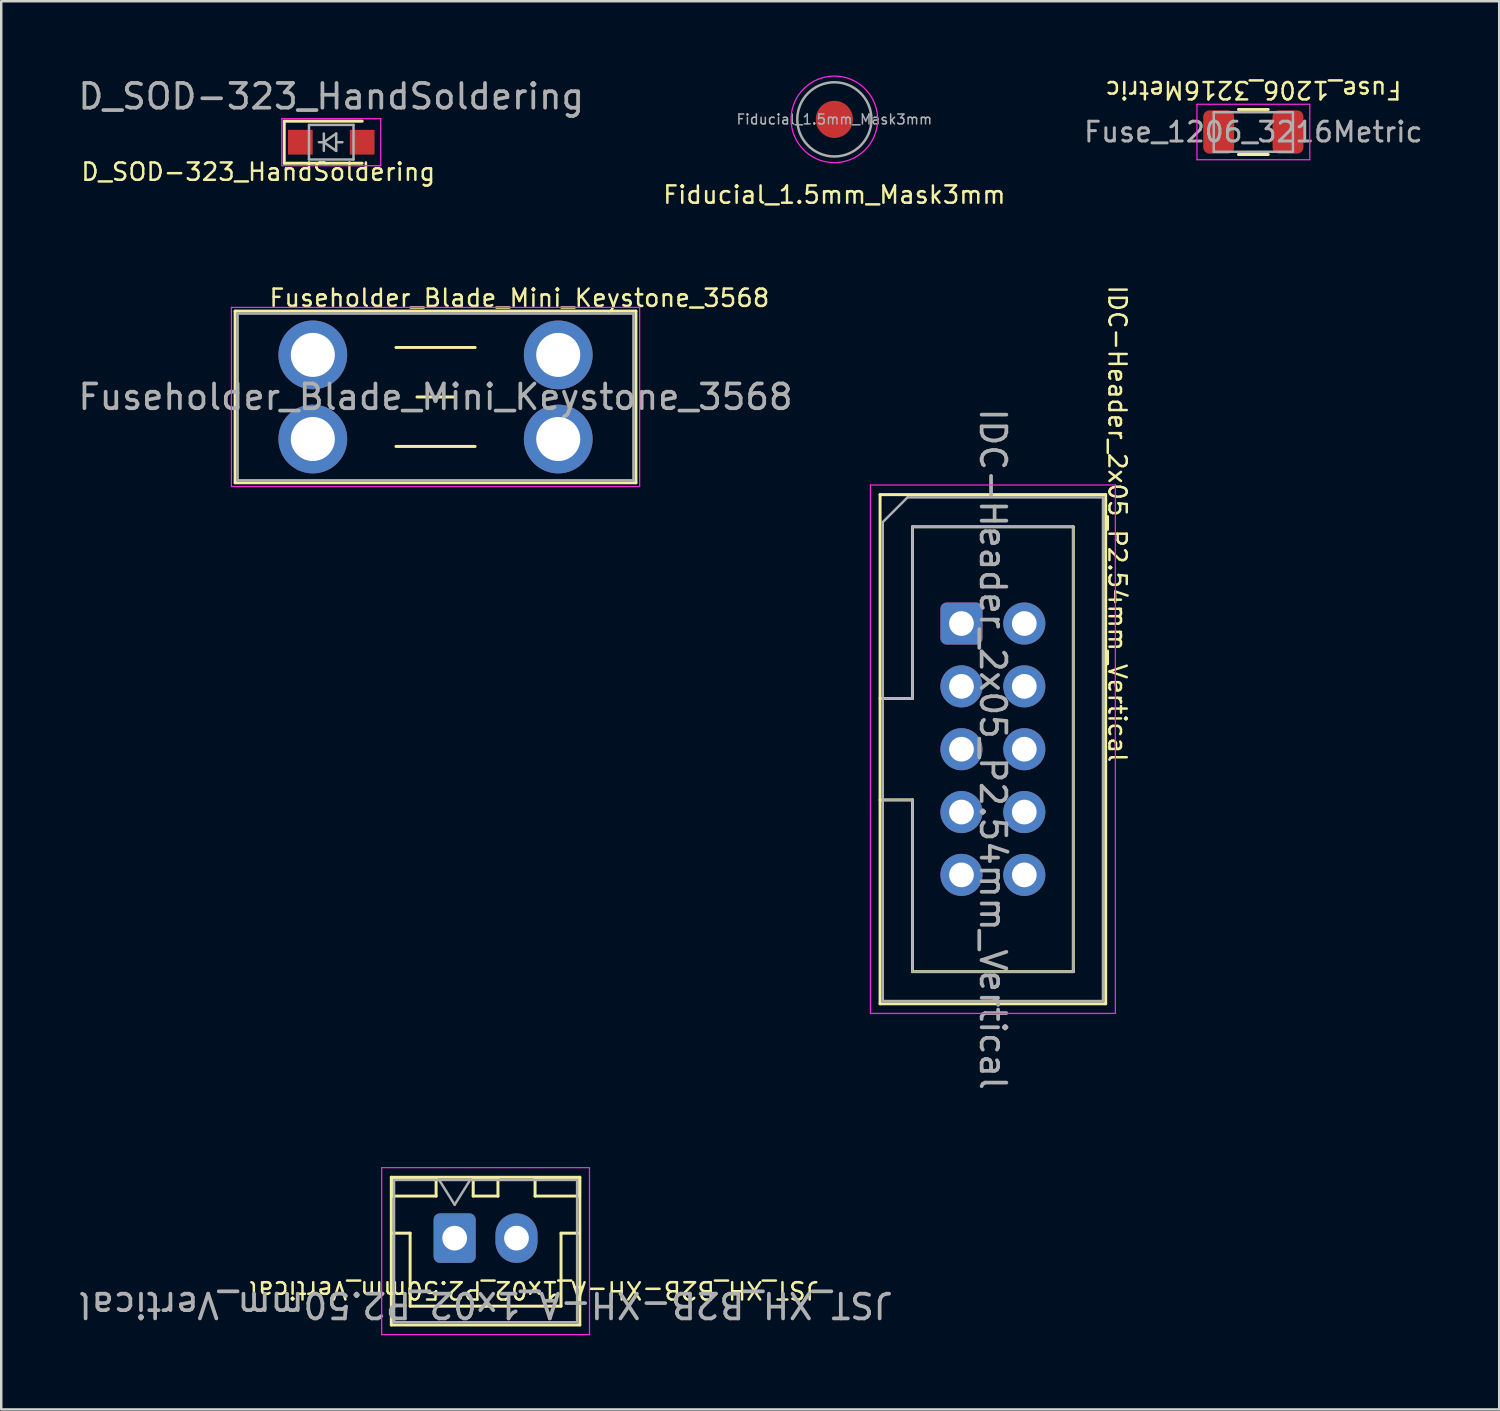
<source format=kicad_pcb>
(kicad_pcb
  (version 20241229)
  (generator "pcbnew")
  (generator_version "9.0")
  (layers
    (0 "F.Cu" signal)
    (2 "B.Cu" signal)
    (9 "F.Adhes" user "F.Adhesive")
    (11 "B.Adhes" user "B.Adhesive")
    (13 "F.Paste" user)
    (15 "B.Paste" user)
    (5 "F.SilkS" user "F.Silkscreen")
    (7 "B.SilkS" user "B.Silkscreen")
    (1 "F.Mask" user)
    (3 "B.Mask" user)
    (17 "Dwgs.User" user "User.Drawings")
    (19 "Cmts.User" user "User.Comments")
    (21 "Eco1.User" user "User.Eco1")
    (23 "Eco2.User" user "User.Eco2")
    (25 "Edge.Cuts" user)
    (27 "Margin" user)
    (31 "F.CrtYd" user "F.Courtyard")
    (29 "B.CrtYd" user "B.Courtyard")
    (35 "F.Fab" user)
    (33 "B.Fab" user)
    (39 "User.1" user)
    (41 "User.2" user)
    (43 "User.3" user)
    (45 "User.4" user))
  (footprint "Fuseholder_Blade_Mini_Keystone_3568"
    (layer "F.Cu")
    (at 9.594 11.295)
    (property "Reference" "Fuseholder_Blade_Mini_Keystone_3568" (at 8.35 -2.3 0) (unlocked yes) (layer "F.SilkS") (effects (font (size 0.7 0.7) (thickness 0.1))))
    (attr through_hole)
    (fp_line (start -3.14 -1.77) (end -3.14 5.17) (stroke (width 0.12) (type solid)) (layer "F.SilkS"))
    (fp_line (start -3.14 5.17) (end 13.06 5.17) (stroke (width 0.12) (type solid)) (layer "F.SilkS"))
    (fp_line (start 3.36 -0.3) (end 6.56 -0.3) (stroke (width 0.12) (type solid)) (layer "F.SilkS"))
    (fp_line (start 4.21 1.7) (end 5.71 1.7) (stroke (width 0.12) (type solid)) (layer "F.SilkS"))
    (fp_line (start 6.56 3.7) (end 3.36 3.7) (stroke (width 0.12) (type solid)) (layer "F.SilkS"))
    (fp_line (start 13.06 -1.77) (end -3.14 -1.77) (stroke (width 0.12) (type solid)) (layer "F.SilkS"))
    (fp_line (start 13.06 5.17) (end 13.06 -1.77) (stroke (width 0.12) (type solid)) (layer "F.SilkS"))
    (fp_line (start -3.29 -1.92) (end -3.29 5.32) (stroke (width 0.05) (type solid)) (layer "F.CrtYd"))
    (fp_line (start -3.29 5.32) (end 13.21 5.32) (stroke (width 0.05) (type solid)) (layer "F.CrtYd"))
    (fp_line (start 13.21 -1.92) (end -3.29 -1.92) (stroke (width 0.05) (type solid)) (layer "F.CrtYd"))
    (fp_line (start 13.21 5.32) (end 13.21 -1.92) (stroke (width 0.05) (type solid)) (layer "F.CrtYd"))
    (fp_line (start -3.04 -1.67) (end -3.04 5.07) (stroke (width 0.1) (type solid)) (layer "F.Fab"))
    (fp_line (start -3.04 5.07) (end 12.96 5.07) (stroke (width 0.1) (type solid)) (layer "F.Fab"))
    (fp_line (start 12.96 -1.67) (end -3.04 -1.67) (stroke (width 0.1) (type solid)) (layer "F.Fab"))
    (fp_line (start 12.96 5.07) (end 12.96 -1.67) (stroke (width 0.1) (type solid)) (layer "F.Fab"))
    (fp_text user "${REFERENCE}" (at 4.96 1.7 0) (unlocked yes) (layer "F.Fab") (effects (font (size 1 1) (thickness 0.15))))
    (pad "1" thru_hole circle (at 0 0) (size 2.78 2.78) (drill 1.78) (layers "*.Cu" "*.Mask"))
    (pad "1" thru_hole circle (at 0 3.4) (size 2.78 2.78) (drill 1.78) (layers "*.Cu" "*.Mask"))
    (pad "2" thru_hole circle (at 9.92 0) (size 2.78 2.78) (drill 1.78) (layers "*.Cu" "*.Mask"))
    (pad "2" thru_hole circle (at 9.92 3.4) (size 2.78 2.78) (drill 1.78) (layers "*.Cu" "*.Mask")))
  (footprint "D_SOD-323_HandSoldering"
    (layer "F.Cu")
    (at 10.339 2.698)
    (property "Reference" "D_SOD-323_HandSoldering" (at -2.95 1.2 0) (unlocked yes) (layer "F.SilkS") (effects (font (size 0.7 0.7) (thickness 0.1))))
    (attr smd)
    (fp_line (start -1.9 -0.85) (end -1.9 0.85) (stroke (width 0.12) (type solid)) (layer "F.SilkS"))
    (fp_line (start -1.9 -0.85) (end 1.25 -0.85) (stroke (width 0.12) (type solid)) (layer "F.SilkS"))
    (fp_line (start -1.9 0.85) (end 1.25 0.85) (stroke (width 0.12) (type solid)) (layer "F.SilkS"))
    (fp_line (start -2 -0.95) (end -2 0.95) (stroke (width 0.05) (type solid)) (layer "F.CrtYd"))
    (fp_line (start -2 -0.95) (end 2 -0.95) (stroke (width 0.05) (type solid)) (layer "F.CrtYd"))
    (fp_line (start -2 0.95) (end 2 0.95) (stroke (width 0.05) (type solid)) (layer "F.CrtYd"))
    (fp_line (start 2 -0.95) (end 2 0.95) (stroke (width 0.05) (type solid)) (layer "F.CrtYd"))
    (fp_line (start -0.9 -0.7) (end 0.9 -0.7) (stroke (width 0.1) (type solid)) (layer "F.Fab"))
    (fp_line (start -0.9 0.7) (end -0.9 -0.7) (stroke (width 0.1) (type solid)) (layer "F.Fab"))
    (fp_line (start -0.3 -0.35) (end -0.3 0.35) (stroke (width 0.1) (type solid)) (layer "F.Fab"))
    (fp_line (start -0.3 0) (end -0.5 0) (stroke (width 0.1) (type solid)) (layer "F.Fab"))
    (fp_line (start -0.3 0) (end 0.2 -0.35) (stroke (width 0.1) (type solid)) (layer "F.Fab"))
    (fp_line (start 0.2 -0.35) (end 0.2 0.35) (stroke (width 0.1) (type solid)) (layer "F.Fab"))
    (fp_line (start 0.2 0) (end 0.45 0) (stroke (width 0.1) (type solid)) (layer "F.Fab"))
    (fp_line (start 0.2 0.35) (end -0.3 0) (stroke (width 0.1) (type solid)) (layer "F.Fab"))
    (fp_line (start 0.9 -0.7) (end 0.9 0.7) (stroke (width 0.1) (type solid)) (layer "F.Fab"))
    (fp_line (start 0.9 0.7) (end -0.9 0.7) (stroke (width 0.1) (type solid)) (layer "F.Fab"))
    (fp_text user "${REFERENCE}" (at 0 -1.85 0) (unlocked yes) (layer "F.Fab") (effects (font (size 1 1) (thickness 0.15))))
    (pad "1" smd rect (at -1.25 0) (size 1 1) (layers "F.Cu" "F.Mask" "F.Paste"))
    (pad "2" smd rect (at 1.25 0) (size 1 1) (layers "F.Cu" "F.Mask" "F.Paste")))
  (footprint "IDC-Header_2x05_P2.54mm_Vertical"
    (layer "F.Cu")
    (at 35.812 22.153)
    (property "Reference" "IDC-Header_2x05_P2.54mm_Vertical" (at 6.3 -4.03 270) (unlocked yes) (layer "F.SilkS") (effects (font (size 0.7 0.7) (thickness 0.1))))
    (attr through_hole)
    (fp_line (start -3.29 -5.21) (end 5.83 -5.21) (stroke (width 0.12) (type solid)) (layer "F.SilkS"))
    (fp_line (start -3.29 3.03) (end -1.98 3.03) (stroke (width 0.12) (type solid)) (layer "F.SilkS"))
    (fp_line (start -3.29 15.37) (end -3.29 -5.21) (stroke (width 0.12) (type solid)) (layer "F.SilkS"))
    (fp_line (start -1.98 -3.91) (end 4.52 -3.91) (stroke (width 0.12) (type solid)) (layer "F.SilkS"))
    (fp_line (start -1.98 3.03) (end -1.98 -3.91) (stroke (width 0.12) (type solid)) (layer "F.SilkS"))
    (fp_line (start -1.98 7.13) (end -3.29 7.13) (stroke (width 0.12) (type solid)) (layer "F.SilkS"))
    (fp_line (start -1.98 7.13) (end -1.98 7.13) (stroke (width 0.12) (type solid)) (layer "F.SilkS"))
    (fp_line (start -1.98 14.07) (end -1.98 7.13) (stroke (width 0.12) (type solid)) (layer "F.SilkS"))
    (fp_line (start 4.52 -3.91) (end 4.52 14.07) (stroke (width 0.12) (type solid)) (layer "F.SilkS"))
    (fp_line (start 4.52 14.07) (end -1.98 14.07) (stroke (width 0.12) (type solid)) (layer "F.SilkS"))
    (fp_line (start 5.83 -5.21) (end 5.83 15.37) (stroke (width 0.12) (type solid)) (layer "F.SilkS"))
    (fp_line (start 5.83 15.37) (end -3.29 15.37) (stroke (width 0.12) (type solid)) (layer "F.SilkS"))
    (fp_line (start -3.68 -5.6) (end -3.68 15.76) (stroke (width 0.05) (type solid)) (layer "F.CrtYd"))
    (fp_line (start -3.68 15.76) (end 6.22 15.76) (stroke (width 0.05) (type solid)) (layer "F.CrtYd"))
    (fp_line (start 6.22 -5.6) (end -3.68 -5.6) (stroke (width 0.05) (type solid)) (layer "F.CrtYd"))
    (fp_line (start 6.22 15.76) (end 6.22 -5.6) (stroke (width 0.05) (type solid)) (layer "F.CrtYd"))
    (fp_line (start -3.18 -4.1) (end -2.18 -5.1) (stroke (width 0.1) (type solid)) (layer "F.Fab"))
    (fp_line (start -3.18 3.03) (end -1.98 3.03) (stroke (width 0.1) (type solid)) (layer "F.Fab"))
    (fp_line (start -3.18 15.26) (end -3.18 -4.1) (stroke (width 0.1) (type solid)) (layer "F.Fab"))
    (fp_line (start -2.18 -5.1) (end 5.72 -5.1) (stroke (width 0.1) (type solid)) (layer "F.Fab"))
    (fp_line (start -1.98 -3.91) (end 4.52 -3.91) (stroke (width 0.1) (type solid)) (layer "F.Fab"))
    (fp_line (start -1.98 3.03) (end -1.98 -3.91) (stroke (width 0.1) (type solid)) (layer "F.Fab"))
    (fp_line (start -1.98 7.13) (end -3.18 7.13) (stroke (width 0.1) (type solid)) (layer "F.Fab"))
    (fp_line (start -1.98 7.13) (end -1.98 7.13) (stroke (width 0.1) (type solid)) (layer "F.Fab"))
    (fp_line (start -1.98 14.07) (end -1.98 7.13) (stroke (width 0.1) (type solid)) (layer "F.Fab"))
    (fp_line (start 4.52 -3.91) (end 4.52 14.07) (stroke (width 0.1) (type solid)) (layer "F.Fab"))
    (fp_line (start 4.52 14.07) (end -1.98 14.07) (stroke (width 0.1) (type solid)) (layer "F.Fab"))
    (fp_line (start 5.72 -5.1) (end 5.72 15.26) (stroke (width 0.1) (type solid)) (layer "F.Fab"))
    (fp_line (start 5.72 15.26) (end -3.18 15.26) (stroke (width 0.1) (type solid)) (layer "F.Fab"))
    (fp_text user "${REFERENCE}" (at 1.27 5.08 270) (unlocked yes) (layer "F.Fab") (effects (font (size 1 1) (thickness 0.15))))
    (pad "1" thru_hole roundrect (at 0 0) (size 1.7 1.7) (drill 1) (layers "*.Cu" "*.Mask") (roundrect_rratio 0.147))
    (pad "2" thru_hole circle (at 2.54 0) (size 1.7 1.7) (drill 1) (layers "*.Cu" "*.Mask"))
    (pad "3" thru_hole circle (at 0 2.54) (size 1.7 1.7) (drill 1) (layers "*.Cu" "*.Mask"))
    (pad "4" thru_hole circle (at 2.54 2.54) (size 1.7 1.7) (drill 1) (layers "*.Cu" "*.Mask"))
    (pad "5" thru_hole circle (at 0 5.08) (size 1.7 1.7) (drill 1) (layers "*.Cu" "*.Mask"))
    (pad "6" thru_hole circle (at 2.54 5.08) (size 1.7 1.7) (drill 1) (layers "*.Cu" "*.Mask"))
    (pad "7" thru_hole circle (at 0 7.62) (size 1.7 1.7) (drill 1) (layers "*.Cu" "*.Mask"))
    (pad "8" thru_hole circle (at 2.54 7.62) (size 1.7 1.7) (drill 1) (layers "*.Cu" "*.Mask"))
    (pad "9" thru_hole circle (at 0 10.16) (size 1.7 1.7) (drill 1) (layers "*.Cu" "*.Mask"))
    (pad "10" thru_hole circle (at 2.54 10.16) (size 1.7 1.7) (drill 1) (layers "*.Cu" "*.Mask")))
  (footprint "Fuse_1206_3216Metric"
    (layer "F.Cu")
    (at 47.61 2.285)
    (property "Reference" "Fuse_1206_3216Metric" (at 0 -1.7 180) (unlocked yes) (layer "F.SilkS") (effects (font (size 0.7 0.7) (thickness 0.1))))
    (attr smd)
    (fp_line (start -0.602 -0.91) (end 0.602 -0.91) (stroke (width 0.12) (type solid)) (layer "F.SilkS"))
    (fp_line (start -0.602 0.91) (end 0.602 0.91) (stroke (width 0.12) (type solid)) (layer "F.SilkS"))
    (fp_line (start -2.28 -1.12) (end 2.28 -1.12) (stroke (width 0.05) (type solid)) (layer "F.CrtYd"))
    (fp_line (start -2.28 1.12) (end -2.28 -1.12) (stroke (width 0.05) (type solid)) (layer "F.CrtYd"))
    (fp_line (start 2.28 -1.12) (end 2.28 1.12) (stroke (width 0.05) (type solid)) (layer "F.CrtYd"))
    (fp_line (start 2.28 1.12) (end -2.28 1.12) (stroke (width 0.05) (type solid)) (layer "F.CrtYd"))
    (fp_line (start -1.6 -0.8) (end 1.6 -0.8) (stroke (width 0.1) (type solid)) (layer "F.Fab"))
    (fp_line (start -1.6 0.8) (end -1.6 -0.8) (stroke (width 0.1) (type solid)) (layer "F.Fab"))
    (fp_line (start 1.6 -0.8) (end 1.6 0.8) (stroke (width 0.1) (type solid)) (layer "F.Fab"))
    (fp_line (start 1.6 0.8) (end -1.6 0.8) (stroke (width 0.1) (type solid)) (layer "F.Fab"))
    (fp_text user "${REFERENCE}" (at 0 0 180) (layer "F.Fab") (effects (font (size 0.8 0.8) (thickness 0.12))))
    (pad "1" smd roundrect (at -1.4 0) (size 1.25 1.75) (layers "F.Cu" "F.Mask" "F.Paste") (roundrect_rratio 0.2))
    (pad "2" smd roundrect (at 1.4 0) (size 1.25 1.75) (layers "F.Cu" "F.Mask" "F.Paste") (roundrect_rratio 0.2)))
  (footprint "JST_XH_B2B-XH-A_1x02_P2.50mm_Vertical"
    (layer "F.Cu")
    (at 15.327 46.995)
    (property "Reference" "JST_XH_B2B-XH-A_1x02_P2.50mm_Vertical" (at 3.2 2.1 180) (unlocked yes) (layer "F.SilkS") (effects (font (size 0.7 0.7) (thickness 0.1))))
    (attr through_hole)
    (fp_line (start -2.56 -2.46) (end -2.56 3.51) (stroke (width 0.12) (type solid)) (layer "F.SilkS"))
    (fp_line (start -2.56 3.51) (end 5.06 3.51) (stroke (width 0.12) (type solid)) (layer "F.SilkS"))
    (fp_line (start -2.55 -2.45) (end -2.55 -1.7) (stroke (width 0.12) (type solid)) (layer "F.SilkS"))
    (fp_line (start -2.55 -1.7) (end -0.75 -1.7) (stroke (width 0.12) (type solid)) (layer "F.SilkS"))
    (fp_line (start -2.55 -0.2) (end -1.8 -0.2) (stroke (width 0.12) (type solid)) (layer "F.SilkS"))
    (fp_line (start -1.8 -0.2) (end -1.8 2.75) (stroke (width 0.12) (type solid)) (layer "F.SilkS"))
    (fp_line (start -1.8 2.75) (end 1.25 2.75) (stroke (width 0.12) (type solid)) (layer "F.SilkS"))
    (fp_line (start -0.75 -2.45) (end -2.55 -2.45) (stroke (width 0.12) (type solid)) (layer "F.SilkS"))
    (fp_line (start -0.75 -1.7) (end -0.75 -2.45) (stroke (width 0.12) (type solid)) (layer "F.SilkS"))
    (fp_line (start 0.75 -2.45) (end 0.75 -1.7) (stroke (width 0.12) (type solid)) (layer "F.SilkS"))
    (fp_line (start 0.75 -1.7) (end 1.75 -1.7) (stroke (width 0.12) (type solid)) (layer "F.SilkS"))
    (fp_line (start 1.75 -2.45) (end 0.75 -2.45) (stroke (width 0.12) (type solid)) (layer "F.SilkS"))
    (fp_line (start 1.75 -1.7) (end 1.75 -2.45) (stroke (width 0.12) (type solid)) (layer "F.SilkS"))
    (fp_line (start 3.25 -2.45) (end 3.25 -1.7) (stroke (width 0.12) (type solid)) (layer "F.SilkS"))
    (fp_line (start 3.25 -1.7) (end 5.05 -1.7) (stroke (width 0.12) (type solid)) (layer "F.SilkS"))
    (fp_line (start 4.3 -0.2) (end 4.3 2.75) (stroke (width 0.12) (type solid)) (layer "F.SilkS"))
    (fp_line (start 4.3 2.75) (end 1.25 2.75) (stroke (width 0.12) (type solid)) (layer "F.SilkS"))
    (fp_line (start 5.05 -2.45) (end 3.25 -2.45) (stroke (width 0.12) (type solid)) (layer "F.SilkS"))
    (fp_line (start 5.05 -1.7) (end 5.05 -2.45) (stroke (width 0.12) (type solid)) (layer "F.SilkS"))
    (fp_line (start 5.05 -0.2) (end 4.3 -0.2) (stroke (width 0.12) (type solid)) (layer "F.SilkS"))
    (fp_line (start 5.06 -2.46) (end -2.56 -2.46) (stroke (width 0.12) (type solid)) (layer "F.SilkS"))
    (fp_line (start 5.06 3.51) (end 5.06 -2.46) (stroke (width 0.12) (type solid)) (layer "F.SilkS"))
    (fp_line (start -2.95 -2.85) (end -2.95 3.9) (stroke (width 0.05) (type solid)) (layer "F.CrtYd"))
    (fp_line (start -2.95 3.9) (end 5.45 3.9) (stroke (width 0.05) (type solid)) (layer "F.CrtYd"))
    (fp_line (start 5.45 -2.85) (end -2.95 -2.85) (stroke (width 0.05) (type solid)) (layer "F.CrtYd"))
    (fp_line (start 5.45 3.9) (end 5.45 -2.85) (stroke (width 0.05) (type solid)) (layer "F.CrtYd"))
    (fp_line (start -2.45 -2.35) (end -2.45 3.4) (stroke (width 0.1) (type solid)) (layer "F.Fab"))
    (fp_line (start -2.45 3.4) (end 4.95 3.4) (stroke (width 0.1) (type solid)) (layer "F.Fab"))
    (fp_line (start -0.625 -2.35) (end 0 -1.35) (stroke (width 0.1) (type solid)) (layer "F.Fab"))
    (fp_line (start 0 -1.35) (end 0.625 -2.35) (stroke (width 0.1) (type solid)) (layer "F.Fab"))
    (fp_line (start 4.95 -2.35) (end -2.45 -2.35) (stroke (width 0.1) (type solid)) (layer "F.Fab"))
    (fp_line (start 4.95 3.4) (end 4.95 -2.35) (stroke (width 0.1) (type solid)) (layer "F.Fab"))
    (fp_text user "${REFERENCE}" (at 1.25 2.7 180) (unlocked yes) (layer "F.Fab") (effects (font (size 1 1) (thickness 0.15))))
    (pad "1" thru_hole roundrect (at 0 0) (size 1.7 2) (drill 1) (layers "*.Cu" "*.Mask") (roundrect_rratio 0.147))
    (pad "2" thru_hole oval (at 2.5 0) (size 1.7 2) (drill 1) (layers "*.Cu" "*.Mask")))
  (footprint "Fiducial_1.5mm_Mask3mm"
    (layer "F.Cu")
    (at 30.675 1.775)
    (property "Reference" "Fiducial_1.5mm_Mask3mm" (at 0 3.05 0) (unlocked yes) (layer "F.SilkS") (effects (font (size 0.7 0.7) (thickness 0.1))))
    (attr smd exclude_from_bom)
    (fp_circle (center 0 0) (end 1.75 0) (stroke (width 0.05) (type solid)) (fill no) (layer "F.CrtYd"))
    (fp_circle (center 0 0) (end 1.5 0) (stroke (width 0.1) (type solid)) (fill no) (layer "F.Fab"))
    (fp_text user "${REFERENCE}" (at 0 0 0) (layer "F.Fab") (effects (font (size 0.4 0.4) (thickness 0.06))))
    (pad "" smd circle (at 0 0) (size 1.5 1.5) (layers "F.Cu" "F.Mask")))
  (gr_rect
    (start -3 -3)
    (end 57.548 53.92)
    (stroke (width 0.1) (type default))
    (fill no)
    (layer "Edge.Cuts")))
</source>
